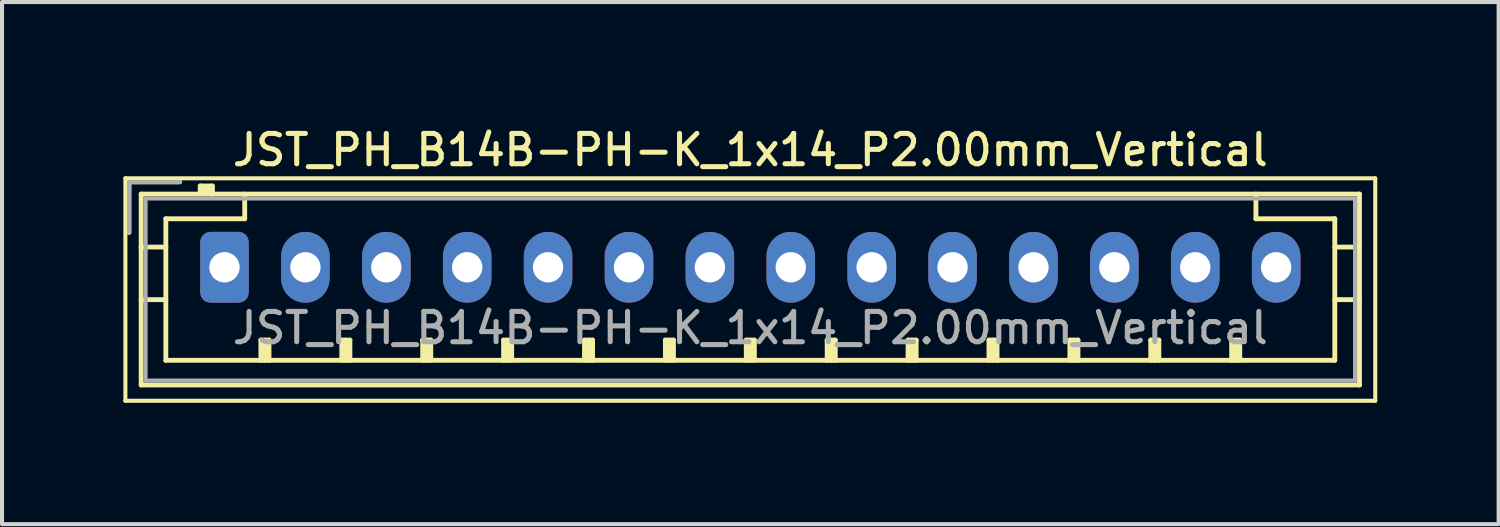
<source format=kicad_pcb>
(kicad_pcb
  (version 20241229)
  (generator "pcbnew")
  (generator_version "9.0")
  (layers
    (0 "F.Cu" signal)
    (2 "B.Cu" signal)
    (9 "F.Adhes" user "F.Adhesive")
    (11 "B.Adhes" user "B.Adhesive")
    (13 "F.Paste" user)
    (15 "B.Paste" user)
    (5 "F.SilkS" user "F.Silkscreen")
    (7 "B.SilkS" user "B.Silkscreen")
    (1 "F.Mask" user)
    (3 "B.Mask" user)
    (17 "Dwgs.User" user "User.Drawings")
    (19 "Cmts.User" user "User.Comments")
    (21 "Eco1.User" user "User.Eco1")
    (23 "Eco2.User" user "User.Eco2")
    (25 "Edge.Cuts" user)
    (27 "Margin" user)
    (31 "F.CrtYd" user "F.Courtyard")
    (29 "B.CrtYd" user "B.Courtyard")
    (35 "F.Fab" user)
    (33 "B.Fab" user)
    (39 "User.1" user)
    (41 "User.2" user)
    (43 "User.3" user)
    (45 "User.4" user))
  (footprint "JST_PH_B14B-PH-K_1x14_P2.00mm_Vertical"
    (layer "F.Cu")
    (at 2.5 3.558)
    (property "Reference" "JST_PH_B14B-PH-K_1x14_P2.00mm_Vertical" (at 13 -2.9 0) (layer "F.SilkS") (effects (font (size 0.75 0.75) (thickness 0.125))))
    (attr through_hole)
    (fp_line (start -2.45 -2.2) (end -2.45 3.3) (stroke (width 0.1) (type solid)) (layer "F.SilkS"))
    (fp_line (start -2.45 3.3) (end 28.45 3.3) (stroke (width 0.1) (type solid)) (layer "F.SilkS"))
    (fp_line (start -2.36 -2.11) (end -2.36 -0.86) (stroke (width 0.12) (type solid)) (layer "F.SilkS"))
    (fp_line (start -2.06 -1.81) (end -2.06 2.91) (stroke (width 0.12) (type solid)) (layer "F.SilkS"))
    (fp_line (start -2.06 -0.5) (end -1.45 -0.5) (stroke (width 0.12) (type solid)) (layer "F.SilkS"))
    (fp_line (start -2.06 0.8) (end -1.45 0.8) (stroke (width 0.12) (type solid)) (layer "F.SilkS"))
    (fp_line (start -2.06 2.91) (end 28.06 2.91) (stroke (width 0.12) (type solid)) (layer "F.SilkS"))
    (fp_line (start -1.45 -1.2) (end -1.45 2.3) (stroke (width 0.12) (type solid)) (layer "F.SilkS"))
    (fp_line (start -1.45 2.3) (end 27.45 2.3) (stroke (width 0.12) (type solid)) (layer "F.SilkS"))
    (fp_line (start -1.11 -2.11) (end -2.36 -2.11) (stroke (width 0.12) (type solid)) (layer "F.SilkS"))
    (fp_line (start -0.6 -2.01) (end -0.6 -1.81) (stroke (width 0.12) (type solid)) (layer "F.SilkS"))
    (fp_line (start -0.3 -2.01) (end -0.6 -2.01) (stroke (width 0.12) (type solid)) (layer "F.SilkS"))
    (fp_line (start -0.3 -1.91) (end -0.6 -1.91) (stroke (width 0.12) (type solid)) (layer "F.SilkS"))
    (fp_line (start -0.3 -1.81) (end -0.3 -2.01) (stroke (width 0.12) (type solid)) (layer "F.SilkS"))
    (fp_line (start 0.5 -1.81) (end 0.5 -1.2) (stroke (width 0.12) (type solid)) (layer "F.SilkS"))
    (fp_line (start 0.5 -1.2) (end -1.45 -1.2) (stroke (width 0.12) (type solid)) (layer "F.SilkS"))
    (fp_line (start 0.9 1.8) (end 1.1 1.8) (stroke (width 0.12) (type solid)) (layer "F.SilkS"))
    (fp_line (start 0.9 2.3) (end 0.9 1.8) (stroke (width 0.12) (type solid)) (layer "F.SilkS"))
    (fp_line (start 1 2.3) (end 1 1.8) (stroke (width 0.12) (type solid)) (layer "F.SilkS"))
    (fp_line (start 1.1 1.8) (end 1.1 2.3) (stroke (width 0.12) (type solid)) (layer "F.SilkS"))
    (fp_line (start 2.9 1.8) (end 3.1 1.8) (stroke (width 0.12) (type solid)) (layer "F.SilkS"))
    (fp_line (start 2.9 2.3) (end 2.9 1.8) (stroke (width 0.12) (type solid)) (layer "F.SilkS"))
    (fp_line (start 3 2.3) (end 3 1.8) (stroke (width 0.12) (type solid)) (layer "F.SilkS"))
    (fp_line (start 3.1 1.8) (end 3.1 2.3) (stroke (width 0.12) (type solid)) (layer "F.SilkS"))
    (fp_line (start 4.9 1.8) (end 5.1 1.8) (stroke (width 0.12) (type solid)) (layer "F.SilkS"))
    (fp_line (start 4.9 2.3) (end 4.9 1.8) (stroke (width 0.12) (type solid)) (layer "F.SilkS"))
    (fp_line (start 5 2.3) (end 5 1.8) (stroke (width 0.12) (type solid)) (layer "F.SilkS"))
    (fp_line (start 5.1 1.8) (end 5.1 2.3) (stroke (width 0.12) (type solid)) (layer "F.SilkS"))
    (fp_line (start 6.9 1.8) (end 7.1 1.8) (stroke (width 0.12) (type solid)) (layer "F.SilkS"))
    (fp_line (start 6.9 2.3) (end 6.9 1.8) (stroke (width 0.12) (type solid)) (layer "F.SilkS"))
    (fp_line (start 7 2.3) (end 7 1.8) (stroke (width 0.12) (type solid)) (layer "F.SilkS"))
    (fp_line (start 7.1 1.8) (end 7.1 2.3) (stroke (width 0.12) (type solid)) (layer "F.SilkS"))
    (fp_line (start 8.9 1.8) (end 9.1 1.8) (stroke (width 0.12) (type solid)) (layer "F.SilkS"))
    (fp_line (start 8.9 2.3) (end 8.9 1.8) (stroke (width 0.12) (type solid)) (layer "F.SilkS"))
    (fp_line (start 9 2.3) (end 9 1.8) (stroke (width 0.12) (type solid)) (layer "F.SilkS"))
    (fp_line (start 9.1 1.8) (end 9.1 2.3) (stroke (width 0.12) (type solid)) (layer "F.SilkS"))
    (fp_line (start 10.9 1.8) (end 11.1 1.8) (stroke (width 0.12) (type solid)) (layer "F.SilkS"))
    (fp_line (start 10.9 2.3) (end 10.9 1.8) (stroke (width 0.12) (type solid)) (layer "F.SilkS"))
    (fp_line (start 11 2.3) (end 11 1.8) (stroke (width 0.12) (type solid)) (layer "F.SilkS"))
    (fp_line (start 11.1 1.8) (end 11.1 2.3) (stroke (width 0.12) (type solid)) (layer "F.SilkS"))
    (fp_line (start 12.9 1.8) (end 13.1 1.8) (stroke (width 0.12) (type solid)) (layer "F.SilkS"))
    (fp_line (start 12.9 2.3) (end 12.9 1.8) (stroke (width 0.12) (type solid)) (layer "F.SilkS"))
    (fp_line (start 13 2.3) (end 13 1.8) (stroke (width 0.12) (type solid)) (layer "F.SilkS"))
    (fp_line (start 13.1 1.8) (end 13.1 2.3) (stroke (width 0.12) (type solid)) (layer "F.SilkS"))
    (fp_line (start 14.9 1.8) (end 15.1 1.8) (stroke (width 0.12) (type solid)) (layer "F.SilkS"))
    (fp_line (start 14.9 2.3) (end 14.9 1.8) (stroke (width 0.12) (type solid)) (layer "F.SilkS"))
    (fp_line (start 15 2.3) (end 15 1.8) (stroke (width 0.12) (type solid)) (layer "F.SilkS"))
    (fp_line (start 15.1 1.8) (end 15.1 2.3) (stroke (width 0.12) (type solid)) (layer "F.SilkS"))
    (fp_line (start 16.9 1.8) (end 17.1 1.8) (stroke (width 0.12) (type solid)) (layer "F.SilkS"))
    (fp_line (start 16.9 2.3) (end 16.9 1.8) (stroke (width 0.12) (type solid)) (layer "F.SilkS"))
    (fp_line (start 17 2.3) (end 17 1.8) (stroke (width 0.12) (type solid)) (layer "F.SilkS"))
    (fp_line (start 17.1 1.8) (end 17.1 2.3) (stroke (width 0.12) (type solid)) (layer "F.SilkS"))
    (fp_line (start 18.9 1.8) (end 19.1 1.8) (stroke (width 0.12) (type solid)) (layer "F.SilkS"))
    (fp_line (start 18.9 2.3) (end 18.9 1.8) (stroke (width 0.12) (type solid)) (layer "F.SilkS"))
    (fp_line (start 19 2.3) (end 19 1.8) (stroke (width 0.12) (type solid)) (layer "F.SilkS"))
    (fp_line (start 19.1 1.8) (end 19.1 2.3) (stroke (width 0.12) (type solid)) (layer "F.SilkS"))
    (fp_line (start 20.9 1.8) (end 21.1 1.8) (stroke (width 0.12) (type solid)) (layer "F.SilkS"))
    (fp_line (start 20.9 2.3) (end 20.9 1.8) (stroke (width 0.12) (type solid)) (layer "F.SilkS"))
    (fp_line (start 21 2.3) (end 21 1.8) (stroke (width 0.12) (type solid)) (layer "F.SilkS"))
    (fp_line (start 21.1 1.8) (end 21.1 2.3) (stroke (width 0.12) (type solid)) (layer "F.SilkS"))
    (fp_line (start 22.9 1.8) (end 23.1 1.8) (stroke (width 0.12) (type solid)) (layer "F.SilkS"))
    (fp_line (start 22.9 2.3) (end 22.9 1.8) (stroke (width 0.12) (type solid)) (layer "F.SilkS"))
    (fp_line (start 23 2.3) (end 23 1.8) (stroke (width 0.12) (type solid)) (layer "F.SilkS"))
    (fp_line (start 23.1 1.8) (end 23.1 2.3) (stroke (width 0.12) (type solid)) (layer "F.SilkS"))
    (fp_line (start 24.9 1.8) (end 25.1 1.8) (stroke (width 0.12) (type solid)) (layer "F.SilkS"))
    (fp_line (start 24.9 2.3) (end 24.9 1.8) (stroke (width 0.12) (type solid)) (layer "F.SilkS"))
    (fp_line (start 25 2.3) (end 25 1.8) (stroke (width 0.12) (type solid)) (layer "F.SilkS"))
    (fp_line (start 25.1 1.8) (end 25.1 2.3) (stroke (width 0.12) (type solid)) (layer "F.SilkS"))
    (fp_line (start 25.5 -1.2) (end 25.5 -1.81) (stroke (width 0.12) (type solid)) (layer "F.SilkS"))
    (fp_line (start 27.45 -1.2) (end 25.5 -1.2) (stroke (width 0.12) (type solid)) (layer "F.SilkS"))
    (fp_line (start 27.45 2.3) (end 27.45 -1.2) (stroke (width 0.12) (type solid)) (layer "F.SilkS"))
    (fp_line (start 28.06 -1.81) (end -2.06 -1.81) (stroke (width 0.12) (type solid)) (layer "F.SilkS"))
    (fp_line (start 28.06 -0.5) (end 27.45 -0.5) (stroke (width 0.12) (type solid)) (layer "F.SilkS"))
    (fp_line (start 28.06 0.8) (end 27.45 0.8) (stroke (width 0.12) (type solid)) (layer "F.SilkS"))
    (fp_line (start 28.06 2.91) (end 28.06 -1.81) (stroke (width 0.12) (type solid)) (layer "F.SilkS"))
    (fp_line (start 28.45 -2.2) (end -2.45 -2.2) (stroke (width 0.1) (type solid)) (layer "F.SilkS"))
    (fp_line (start 28.45 3.3) (end 28.45 -2.2) (stroke (width 0.1) (type solid)) (layer "F.SilkS"))
    (fp_line (start -2.36 -2.11) (end -2.36 -0.86) (stroke (width 0.1) (type solid)) (layer "F.Fab"))
    (fp_line (start -1.95 -1.7) (end -1.95 2.8) (stroke (width 0.1) (type solid)) (layer "F.Fab"))
    (fp_line (start -1.95 2.8) (end 27.95 2.8) (stroke (width 0.1) (type solid)) (layer "F.Fab"))
    (fp_line (start -1.11 -2.11) (end -2.36 -2.11) (stroke (width 0.1) (type solid)) (layer "F.Fab"))
    (fp_line (start 27.95 -1.7) (end -1.95 -1.7) (stroke (width 0.1) (type solid)) (layer "F.Fab"))
    (fp_line (start 27.95 2.8) (end 27.95 -1.7) (stroke (width 0.1) (type solid)) (layer "F.Fab"))
    (fp_text user "${REFERENCE}" (at 13 1.5 0) (layer "F.Fab") (effects (font (size 0.75 0.75) (thickness 0.125))))
    (pad "1" thru_hole roundrect (at 0 0) (size 1.2 1.75) (drill 0.75) (layers "*.Cu" "*.Mask") (roundrect_rratio 0.208))
    (pad "2" thru_hole oval (at 2 0) (size 1.2 1.75) (drill 0.75) (layers "*.Cu" "*.Mask"))
    (pad "3" thru_hole oval (at 4 0) (size 1.2 1.75) (drill 0.75) (layers "*.Cu" "*.Mask"))
    (pad "4" thru_hole oval (at 6 0) (size 1.2 1.75) (drill 0.75) (layers "*.Cu" "*.Mask"))
    (pad "5" thru_hole oval (at 8 0) (size 1.2 1.75) (drill 0.75) (layers "*.Cu" "*.Mask"))
    (pad "6" thru_hole oval (at 10 0) (size 1.2 1.75) (drill 0.75) (layers "*.Cu" "*.Mask"))
    (pad "7" thru_hole oval (at 12 0) (size 1.2 1.75) (drill 0.75) (layers "*.Cu" "*.Mask"))
    (pad "8" thru_hole oval (at 14 0) (size 1.2 1.75) (drill 0.75) (layers "*.Cu" "*.Mask"))
    (pad "9" thru_hole oval (at 16 0) (size 1.2 1.75) (drill 0.75) (layers "*.Cu" "*.Mask"))
    (pad "10" thru_hole oval (at 18 0) (size 1.2 1.75) (drill 0.75) (layers "*.Cu" "*.Mask"))
    (pad "11" thru_hole oval (at 20 0) (size 1.2 1.75) (drill 0.75) (layers "*.Cu" "*.Mask"))
    (pad "12" thru_hole oval (at 22 0) (size 1.2 1.75) (drill 0.75) (layers "*.Cu" "*.Mask"))
    (pad "13" thru_hole oval (at 24 0) (size 1.2 1.75) (drill 0.75) (layers "*.Cu" "*.Mask"))
    (pad "14" thru_hole oval (at 26 0) (size 1.2 1.75) (drill 0.75) (layers "*.Cu" "*.Mask")))
  (gr_rect
    (start -3 -3)
    (end 34 9.908)
    (stroke (width 0.1) (type default))
    (fill no)
    (layer "Edge.Cuts")))
</source>
